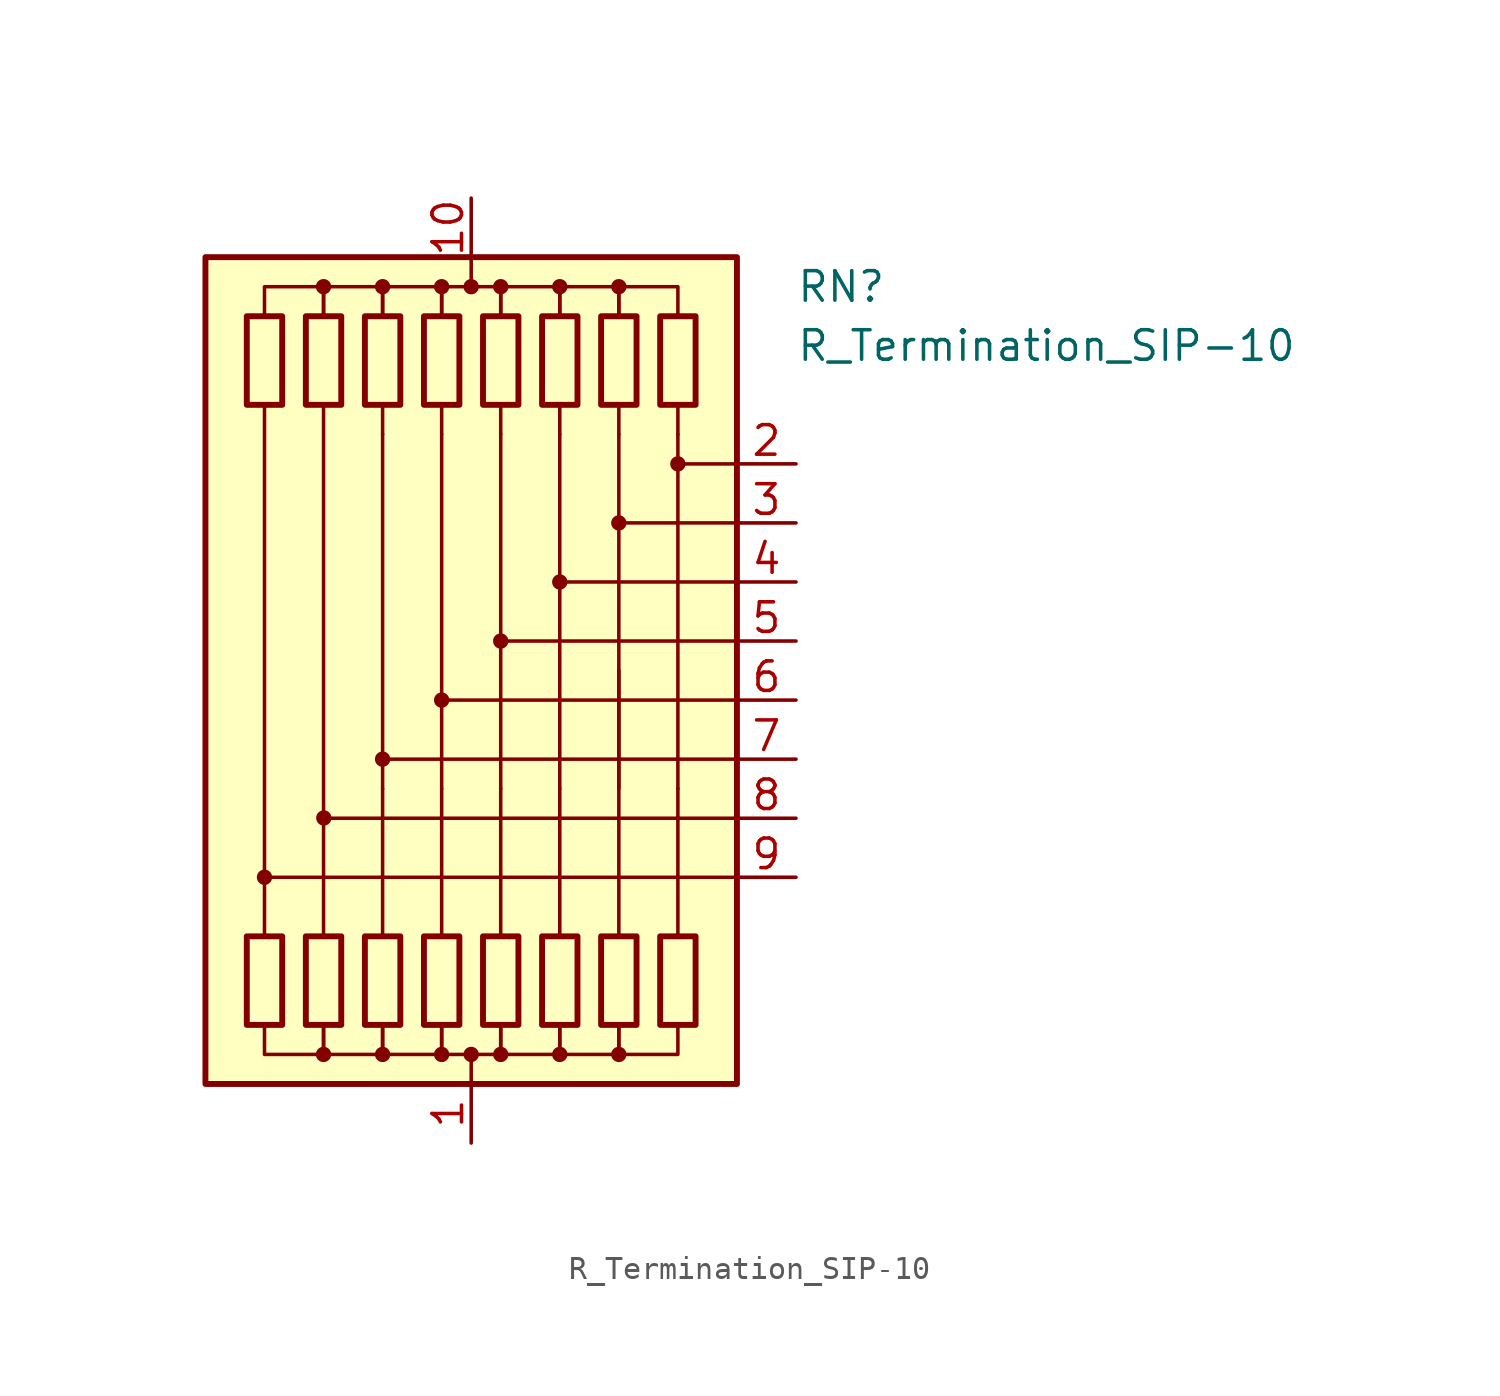
<source format=kicad_sym>
(kicad_symbol_lib
  (version 20211014)
  (generator kicad_symbol_editor)
  (symbol "R_Termination_SIP-10"
    (pin_names
      (offset 0.002) hide)
    (property "Reference" "RN"
      (at 13.97 16.51 0)
      (effects (font (size 1.27 1.27)) (justify left)))
    (property "Value" "R_Termination_SIP-10"
      (at 13.97 13.97 0)
      (effects (font (size 1.27 1.27)) (justify left)))
    (symbol "R_Termination_SIP-10_0_1"
      (rectangle (start -9.652 15.24) (end -8.128 11.43) (stroke (width 0.254) (type default) (color 0 0 0 0)) (fill (type none)))
      (circle (center -8.89 -8.89) (radius 0.254) (stroke (width 0) (type default) (color 0 0 0 0)) (fill (type outline)))
      (rectangle (start -8.128 -15.24) (end -9.652 -11.43) (stroke (width 0.254) (type default) (color 0 0 0 0)) (fill (type none)))
      (rectangle (start -7.112 15.24) (end -5.588 11.43) (stroke (width 0.254) (type default) (color 0 0 0 0)) (fill (type none)))
      (circle (center -6.35 -16.51) (radius 0.254) (stroke (width 0) (type default) (color 0 0 0 0)) (fill (type outline)))
      (circle (center -6.35 16.51) (radius 0.254) (stroke (width 0) (type default) (color 0 0 0 0)) (fill (type outline)))
      (circle (center -6.338 -6.339) (radius 0.254) (stroke (width 0) (type default) (color 0 0 0 0)) (fill (type outline)))
      (rectangle (start -5.588 -15.24) (end -7.112 -11.43) (stroke (width 0.254) (type default) (color 0 0 0 0)) (fill (type none)))
      (rectangle (start -4.572 15.24) (end -3.048 11.43) (stroke (width 0.254) (type default) (color 0 0 0 0)) (fill (type none)))
      (circle (center -3.81 -16.51) (radius 0.254) (stroke (width 0) (type default) (color 0 0 0 0)) (fill (type outline)))
      (circle (center -3.81 -3.81) (radius 0.254) (stroke (width 0) (type default) (color 0 0 0 0)) (fill (type outline)))
      (circle (center -3.81 16.51) (radius 0.254) (stroke (width 0) (type default) (color 0 0 0 0)) (fill (type outline)))
      (rectangle (start -3.048 -15.24) (end -4.572 -11.43) (stroke (width 0.254) (type default) (color 0 0 0 0)) (fill (type none)))
      (rectangle (start -2.032 15.24) (end -0.508 11.43) (stroke (width 0.254) (type default) (color 0 0 0 0)) (fill (type none)))
      (circle (center -1.27 -16.51) (radius 0.254) (stroke (width 0) (type default) (color 0 0 0 0)) (fill (type outline)))
      (circle (center -1.27 -1.27) (radius 0.254) (stroke (width 0) (type default) (color 0 0 0 0)) (fill (type outline)))
      (circle (center -1.27 16.51) (radius 0.254) (stroke (width 0) (type default) (color 0 0 0 0)) (fill (type outline)))
      (rectangle (start -0.508 -15.24) (end -2.032 -11.43) (stroke (width 0.254) (type default) (color 0 0 0 0)) (fill (type none)))
      (circle (center 0 -16.51) (radius 0.254) (stroke (width 0) (type default) (color 0 0 0 0)) (fill (type outline)))
      (polyline (pts (xy -8.89 11.43) (xy -8.89 -11.43)) (stroke (width 0) (type default) (color 0 0 0 0)) (fill (type none)))
      (polyline (pts (xy -6.35 11.43) (xy -6.35 -11.43)) (stroke (width 0) (type default) (color 0 0 0 0)) (fill (type none)))
      (polyline (pts (xy -3.81 -11.43) (xy -3.81 -5.08)) (stroke (width 0) (type default) (color 0 0 0 0)) (fill (type none)))
      (polyline (pts (xy -3.81 10.16) (xy -3.81 -5.08)) (stroke (width 0.152) (type default) (color 0 0 0 0)) (fill (type none)))
      (polyline (pts (xy -3.81 11.43) (xy -3.81 10.16)) (stroke (width 0) (type default) (color 0 0 0 0)) (fill (type none)))
      (polyline (pts (xy -1.27 -11.43) (xy -1.27 -5.08)) (stroke (width 0) (type default) (color 0 0 0 0)) (fill (type none)))
      (polyline (pts (xy -1.27 10.16) (xy -1.27 -5.08)) (stroke (width 0.152) (type default) (color 0 0 0 0)) (fill (type none)))
      (polyline (pts (xy -1.27 11.43) (xy -1.27 10.16)) (stroke (width 0) (type default) (color 0 0 0 0)) (fill (type none)))
      (polyline (pts (xy 0 -17.78) (xy 0 -16.51)) (stroke (width 0) (type default) (color 0 0 0 0)) (fill (type none)))
      (polyline (pts (xy 0 17.78) (xy 0 16.51)) (stroke (width 0) (type default) (color 0 0 0 0)) (fill (type none)))
      (polyline (pts (xy 1.27 -11.43) (xy 1.27 -5.08)) (stroke (width 0) (type default) (color 0 0 0 0)) (fill (type none)))
      (polyline (pts (xy 1.27 10.16) (xy 1.27 -5.08)) (stroke (width 0.152) (type default) (color 0 0 0 0)) (fill (type none)))
      (polyline (pts (xy 1.27 11.43) (xy 1.27 10.16)) (stroke (width 0) (type default) (color 0 0 0 0)) (fill (type none)))
      (polyline (pts (xy 3.81 -11.43) (xy 3.81 -5.08)) (stroke (width 0) (type default) (color 0 0 0 0)) (fill (type none)))
      (polyline (pts (xy 3.81 10.16) (xy 3.81 -5.08)) (stroke (width 0.152) (type default) (color 0 0 0 0)) (fill (type none)))
      (polyline (pts (xy 3.81 11.43) (xy 3.81 10.16)) (stroke (width 0) (type default) (color 0 0 0 0)) (fill (type none)))
      (polyline (pts (xy 6.35 -11.43) (xy 6.35 0)) (stroke (width 0) (type default) (color 0 0 0 0)) (fill (type none)))
      (polyline (pts (xy 6.35 10.16) (xy 6.35 -5.08)) (stroke (width 0.152) (type default) (color 0 0 0 0)) (fill (type none)))
      (polyline (pts (xy 6.35 11.43) (xy 6.35 10.16)) (stroke (width 0) (type default) (color 0 0 0 0)) (fill (type none)))
      (polyline (pts (xy 8.89 -11.43) (xy 8.89 -5.08)) (stroke (width 0) (type default) (color 0 0 0 0)) (fill (type none)))
      (polyline (pts (xy 8.89 10.16) (xy 8.89 -5.08)) (stroke (width 0.152) (type default) (color 0 0 0 0)) (fill (type none)))
      (polyline (pts (xy 8.89 11.43) (xy 8.89 10.16)) (stroke (width 0) (type default) (color 0 0 0 0)) (fill (type none)))
      (polyline (pts (xy 11.43 -8.89) (xy -8.89 -8.89)) (stroke (width 0.152) (type default) (color 0 0 0 0)) (fill (type none)))
      (polyline (pts (xy 11.43 -6.35) (xy -6.35 -6.35)) (stroke (width 0.152) (type default) (color 0 0 0 0)) (fill (type none)))
      (polyline (pts (xy 11.43 -3.81) (xy -3.81 -3.81)) (stroke (width 0.152) (type default) (color 0 0 0 0)) (fill (type none)))
      (polyline (pts (xy 11.43 -1.27) (xy -1.27 -1.27)) (stroke (width 0.152) (type default) (color 0 0 0 0)) (fill (type none)))
      (polyline (pts (xy 11.43 1.27) (xy 1.27 1.27)) (stroke (width 0.152) (type default) (color 0 0 0 0)) (fill (type none)))
      (polyline (pts (xy 11.43 3.81) (xy 3.81 3.81)) (stroke (width 0.152) (type default) (color 0 0 0 0)) (fill (type none)))
      (polyline (pts (xy 11.43 6.35) (xy 6.35 6.35)) (stroke (width 0.152) (type default) (color 0 0 0 0)) (fill (type none)))
      (polyline (pts (xy 11.43 8.89) (xy 8.89 8.89)) (stroke (width 0.152) (type default) (color 0 0 0 0)) (fill (type none)))
      (polyline (pts (xy -8.89 15.24) (xy -8.89 16.51) (xy -6.35 16.51) (xy -6.35 15.24)) (stroke (width 0) (type default) (color 0 0 0 0)) (fill (type none)))
      (polyline (pts (xy -6.35 -15.24) (xy -6.35 -16.51) (xy -8.89 -16.51) (xy -8.89 -15.24)) (stroke (width 0) (type default) (color 0 0 0 0)) (fill (type none)))
      (polyline (pts (xy -6.35 15.24) (xy -6.35 16.51) (xy -3.81 16.51) (xy -3.81 15.24)) (stroke (width 0) (type default) (color 0 0 0 0)) (fill (type none)))
      (polyline (pts (xy -3.81 -15.24) (xy -3.81 -16.51) (xy -6.35 -16.51) (xy -6.35 -15.24)) (stroke (width 0) (type default) (color 0 0 0 0)) (fill (type none)))
      (polyline (pts (xy -3.81 15.24) (xy -3.81 16.51) (xy -1.27 16.51) (xy -1.27 15.24)) (stroke (width 0) (type default) (color 0 0 0 0)) (fill (type none)))
      (polyline (pts (xy -1.27 -15.24) (xy -1.27 -16.51) (xy -3.81 -16.51) (xy -3.81 -15.24)) (stroke (width 0) (type default) (color 0 0 0 0)) (fill (type none)))
      (polyline (pts (xy -1.27 15.24) (xy -1.27 16.51) (xy 1.27 16.51) (xy 1.27 15.24)) (stroke (width 0) (type default) (color 0 0 0 0)) (fill (type none)))
      (polyline (pts (xy 1.27 -15.24) (xy 1.27 -16.51) (xy -1.27 -16.51) (xy -1.27 -15.24)) (stroke (width 0) (type default) (color 0 0 0 0)) (fill (type none)))
      (polyline (pts (xy 1.27 15.24) (xy 1.27 16.51) (xy 3.81 16.51) (xy 3.81 15.24)) (stroke (width 0) (type default) (color 0 0 0 0)) (fill (type none)))
      (polyline (pts (xy 3.81 -15.24) (xy 3.81 -16.51) (xy 1.27 -16.51) (xy 1.27 -15.24)) (stroke (width 0) (type default) (color 0 0 0 0)) (fill (type none)))
      (polyline (pts (xy 3.81 15.24) (xy 3.81 16.51) (xy 6.35 16.51) (xy 6.35 15.24)) (stroke (width 0) (type default) (color 0 0 0 0)) (fill (type none)))
      (polyline (pts (xy 6.35 -15.24) (xy 6.35 -16.51) (xy 3.81 -16.51) (xy 3.81 -15.24)) (stroke (width 0) (type default) (color 0 0 0 0)) (fill (type none)))
      (polyline (pts (xy 6.35 15.24) (xy 6.35 16.51) (xy 8.89 16.51) (xy 8.89 15.24)) (stroke (width 0) (type default) (color 0 0 0 0)) (fill (type none)))
      (polyline (pts (xy 8.89 -15.24) (xy 8.89 -16.51) (xy 6.35 -16.51) (xy 6.35 -15.24)) (stroke (width 0) (type default) (color 0 0 0 0)) (fill (type none)))
      (circle (center 0 16.51) (radius 0.254) (stroke (width 0) (type default) (color 0 0 0 0)) (fill (type outline)))
      (rectangle (start 0.508 15.24) (end 2.032 11.43) (stroke (width 0.254) (type default) (color 0 0 0 0)) (fill (type none)))
      (circle (center 1.27 -16.51) (radius 0.254) (stroke (width 0) (type default) (color 0 0 0 0)) (fill (type outline)))
      (circle (center 1.27 1.27) (radius 0.254) (stroke (width 0) (type default) (color 0 0 0 0)) (fill (type outline)))
      (circle (center 1.27 16.51) (radius 0.254) (stroke (width 0) (type default) (color 0 0 0 0)) (fill (type outline)))
      (rectangle (start 2.032 -15.24) (end 0.508 -11.43) (stroke (width 0.254) (type default) (color 0 0 0 0)) (fill (type none)))
      (rectangle (start 3.048 15.24) (end 4.572 11.43) (stroke (width 0.254) (type default) (color 0 0 0 0)) (fill (type none)))
      (circle (center 3.81 -16.51) (radius 0.254) (stroke (width 0) (type default) (color 0 0 0 0)) (fill (type outline)))
      (circle (center 3.81 3.81) (radius 0.254) (stroke (width 0) (type default) (color 0 0 0 0)) (fill (type outline)))
      (circle (center 3.81 16.51) (radius 0.254) (stroke (width 0) (type default) (color 0 0 0 0)) (fill (type outline)))
      (rectangle (start 4.572 -15.24) (end 3.048 -11.43) (stroke (width 0.254) (type default) (color 0 0 0 0)) (fill (type none)))
      (rectangle (start 5.588 15.24) (end 7.112 11.43) (stroke (width 0.254) (type default) (color 0 0 0 0)) (fill (type none)))
      (circle (center 6.35 -16.51) (radius 0.254) (stroke (width 0) (type default) (color 0 0 0 0)) (fill (type outline)))
      (circle (center 6.35 6.35) (radius 0.254) (stroke (width 0) (type default) (color 0 0 0 0)) (fill (type outline)))
      (circle (center 6.35 16.51) (radius 0.254) (stroke (width 0) (type default) (color 0 0 0 0)) (fill (type outline)))
      (rectangle (start 7.112 -15.24) (end 5.588 -11.43) (stroke (width 0.254) (type default) (color 0 0 0 0)) (fill (type none)))
      (rectangle (start 8.128 15.24) (end 9.652 11.43) (stroke (width 0.254) (type default) (color 0 0 0 0)) (fill (type none)))
      (circle (center 8.89 8.89) (radius 0.254) (stroke (width 0) (type default) (color 0 0 0 0)) (fill (type outline)))
      (rectangle (start 9.652 -15.24) (end 8.128 -11.43) (stroke (width 0.254) (type default) (color 0 0 0 0)) (fill (type none)))
      (rectangle (start 11.43 17.78) (end -11.43 -17.78) (stroke (width 0.254) (type default) (color 0 0 0 0)) (fill (type background))))
    (symbol "R_Termination_SIP-10_1_1"
      (pin passive line (at 0 -20.32 90) (length 2.54) (name "common" (effects (font (size 1.27 1.27)))) (number "1" (effects (font (size 1.27 1.27)))))
      (pin passive line (at 0 20.32 270) (length 2.54) (name "common" (effects (font (size 1.27 1.27)))) (number "10" (effects (font (size 1.27 1.27)))))
      (pin passive line (at 13.97 8.89 180) (length 2.54) (name "R2" (effects (font (size 1.27 1.27)))) (number "2" (effects (font (size 1.27 1.27)))))
      (pin passive line (at 13.97 6.35 180) (length 2.54) (name "R3" (effects (font (size 1.27 1.27)))) (number "3" (effects (font (size 1.27 1.27)))))
      (pin passive line (at 13.97 3.81 180) (length 2.54) (name "R4" (effects (font (size 1.27 1.27)))) (number "4" (effects (font (size 1.27 1.27)))))
      (pin passive line (at 13.97 1.27 180) (length 2.54) (name "R5" (effects (font (size 1.27 1.27)))) (number "5" (effects (font (size 1.27 1.27)))))
      (pin passive line (at 13.97 -1.27 180) (length 2.54) (name "R6" (effects (font (size 1.27 1.27)))) (number "6" (effects (font (size 1.27 1.27)))))
      (pin passive line (at 13.97 -3.81 180) (length 2.54) (name "R7" (effects (font (size 1.27 1.27)))) (number "7" (effects (font (size 1.27 1.27)))))
      (pin passive line (at 13.97 -6.35 180) (length 2.54) (name "R8" (effects (font (size 1.27 1.27)))) (number "8" (effects (font (size 1.27 1.27)))))
      (pin passive line (at 13.97 -8.89 180) (length 2.54) (name "R9" (effects (font (size 1.27 1.27)))) (number "9" (effects (font (size 1.27 1.27))))))))
</source>
